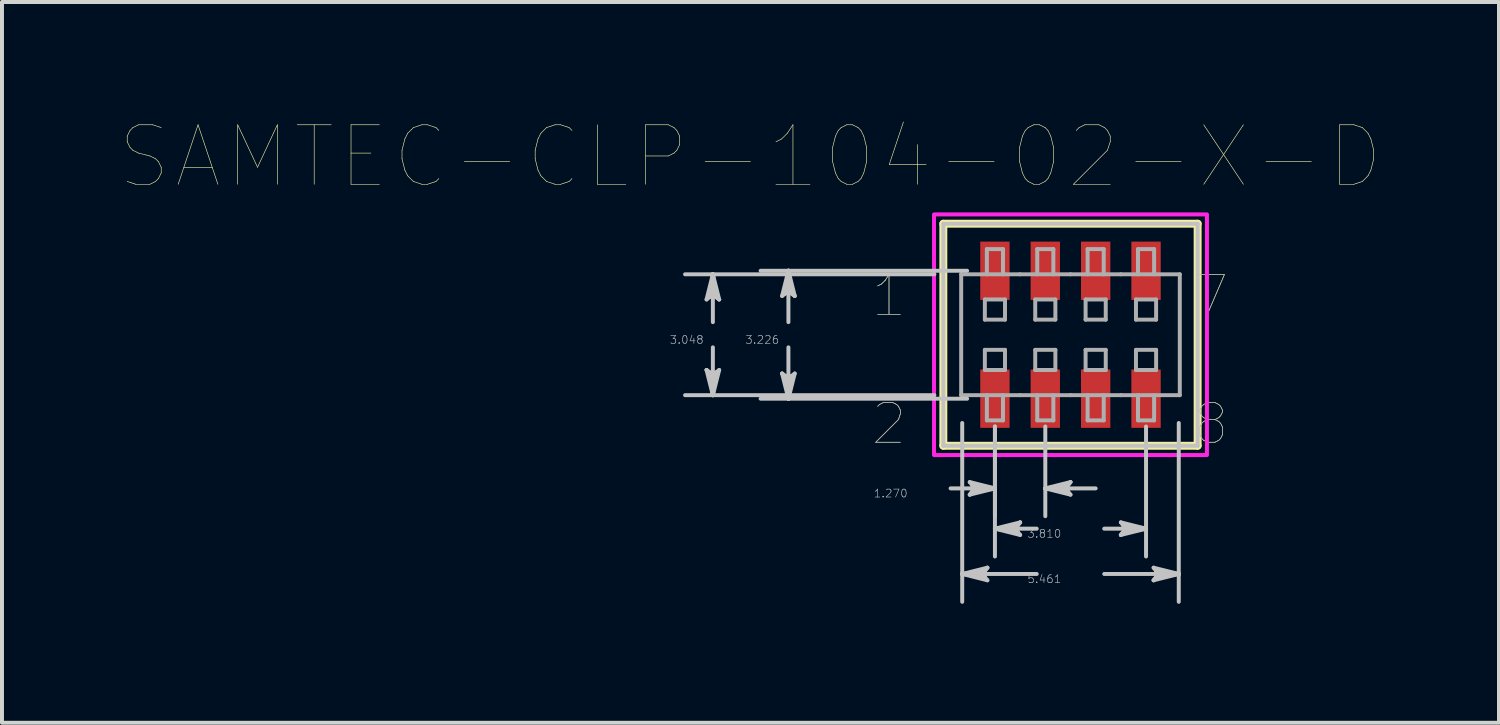
<source format=kicad_pcb>
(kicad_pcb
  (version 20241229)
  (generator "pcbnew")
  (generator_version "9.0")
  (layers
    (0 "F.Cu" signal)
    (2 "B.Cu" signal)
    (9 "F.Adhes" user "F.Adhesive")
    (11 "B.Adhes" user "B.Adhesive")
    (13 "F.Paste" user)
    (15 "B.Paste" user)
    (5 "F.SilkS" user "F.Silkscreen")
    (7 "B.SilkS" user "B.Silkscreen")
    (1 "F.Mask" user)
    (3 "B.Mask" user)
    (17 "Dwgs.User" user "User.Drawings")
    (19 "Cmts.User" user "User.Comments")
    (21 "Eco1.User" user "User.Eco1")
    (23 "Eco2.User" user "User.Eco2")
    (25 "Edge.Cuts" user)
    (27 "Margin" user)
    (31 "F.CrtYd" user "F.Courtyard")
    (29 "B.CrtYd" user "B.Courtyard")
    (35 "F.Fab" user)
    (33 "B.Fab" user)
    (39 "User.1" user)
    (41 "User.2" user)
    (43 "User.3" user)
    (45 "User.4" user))
  (footprint "SAMTEC-CLP-104-02-X-D"
    (layer "F.Cu")
    (at 23.941 5.39)
    (property "Reference" "SAMTEC-CLP-104-02-X-D" (at -8.069 -4.487 0) (layer "F.SilkS") (effects (font (size 1.5 1.5) (thickness 0.015))))
    (attr through_hole)
    (fp_poly (pts (xy -2.326 -2.399) (xy -1.484 -2.399) (xy -1.484 -0.827) (xy -2.326 -0.827)) (stroke (width 0.01) (type solid)) (fill yes) (layer "F.Mask"))
    (fp_poly (pts (xy -2.326 0.827) (xy -1.484 0.827) (xy -1.484 2.399) (xy -2.326 2.399)) (stroke (width 0.01) (type solid)) (fill yes) (layer "F.Mask"))
    (fp_poly (pts (xy -1.056 -2.399) (xy -0.214 -2.399) (xy -0.214 -0.827) (xy -1.056 -0.827)) (stroke (width 0.01) (type solid)) (fill yes) (layer "F.Mask"))
    (fp_poly (pts (xy -1.056 0.827) (xy -0.214 0.827) (xy -0.214 2.399) (xy -1.056 2.399)) (stroke (width 0.01) (type solid)) (fill yes) (layer "F.Mask"))
    (fp_poly (pts (xy 0.214 -2.399) (xy 1.056 -2.399) (xy 1.056 -0.827) (xy 0.214 -0.827)) (stroke (width 0.01) (type solid)) (fill yes) (layer "F.Mask"))
    (fp_poly (pts (xy 0.214 0.827) (xy 1.056 0.827) (xy 1.056 2.399) (xy 0.214 2.399)) (stroke (width 0.01) (type solid)) (fill yes) (layer "F.Mask"))
    (fp_poly (pts (xy 1.484 -2.399) (xy 2.326 -2.399) (xy 2.326 -0.827) (xy 1.484 -0.827)) (stroke (width 0.01) (type solid)) (fill yes) (layer "F.Mask"))
    (fp_poly (pts (xy 1.484 0.827) (xy 2.326 0.827) (xy 2.326 2.399) (xy 1.484 2.399)) (stroke (width 0.01) (type solid)) (fill yes) (layer "F.Mask"))
    (fp_line (start -3.206 -2.799) (end -3.206 2.799) (stroke (width 0.2) (type solid)) (layer "F.SilkS"))
    (fp_line (start -3.206 2.799) (end 3.206 2.799) (stroke (width 0.2) (type solid)) (layer "F.SilkS"))
    (fp_line (start 3.206 -2.799) (end -3.206 -2.799) (stroke (width 0.2) (type solid)) (layer "F.SilkS"))
    (fp_line (start 3.206 2.799) (end 3.206 -2.799) (stroke (width 0.2) (type solid)) (layer "F.SilkS"))
    (fp_poly (pts (xy -2.275 -2.348) (xy -1.535 -2.348) (xy -1.535 -0.878) (xy -2.275 -0.878)) (stroke (width 0.01) (type solid)) (fill yes) (layer "F.Paste"))
    (fp_poly (pts (xy -2.275 0.878) (xy -1.535 0.878) (xy -1.535 2.348) (xy -2.275 2.348)) (stroke (width 0.01) (type solid)) (fill yes) (layer "F.Paste"))
    (fp_poly (pts (xy -1.005 -2.348) (xy -0.265 -2.348) (xy -0.265 -0.878) (xy -1.005 -0.878)) (stroke (width 0.01) (type solid)) (fill yes) (layer "F.Paste"))
    (fp_poly (pts (xy -1.005 0.878) (xy -0.265 0.878) (xy -0.265 2.348) (xy -1.005 2.348)) (stroke (width 0.01) (type solid)) (fill yes) (layer "F.Paste"))
    (fp_poly (pts (xy 0.265 -2.348) (xy 1.005 -2.348) (xy 1.005 -0.878) (xy 0.265 -0.878)) (stroke (width 0.01) (type solid)) (fill yes) (layer "F.Paste"))
    (fp_poly (pts (xy 0.265 0.878) (xy 1.005 0.878) (xy 1.005 2.348) (xy 0.265 2.348)) (stroke (width 0.01) (type solid)) (fill yes) (layer "F.Paste"))
    (fp_poly (pts (xy 1.535 -2.348) (xy 2.275 -2.348) (xy 2.275 -0.878) (xy 1.535 -0.878)) (stroke (width 0.01) (type solid)) (fill yes) (layer "F.Paste"))
    (fp_poly (pts (xy 1.535 0.878) (xy 2.275 0.878) (xy 2.275 2.348) (xy 1.535 2.348)) (stroke (width 0.01) (type solid)) (fill yes) (layer "F.Paste"))
    (fp_line (start -9.176 -0.889) (end -9.017 -1.016) (stroke (width 0.1) (type solid)) (layer "Dwgs.User"))
    (fp_line (start -9.176 0.889) (end -9.017 1.524) (stroke (width 0.1) (type solid)) (layer "Dwgs.User"))
    (fp_line (start -9.096 -0.952) (end -9.017 -1.016) (stroke (width 0.1) (type solid)) (layer "Dwgs.User"))
    (fp_line (start -9.096 0.952) (end -9.176 0.889) (stroke (width 0.1) (type solid)) (layer "Dwgs.User"))
    (fp_line (start -9.017 -1.524) (end -9.176 -0.889) (stroke (width 0.1) (type solid)) (layer "Dwgs.User"))
    (fp_line (start -9.017 -1.524) (end -9.096 -0.952) (stroke (width 0.1) (type solid)) (layer "Dwgs.User"))
    (fp_line (start -9.017 -1.524) (end -8.938 -0.952) (stroke (width 0.1) (type solid)) (layer "Dwgs.User"))
    (fp_line (start -9.017 -1.016) (end -9.017 -1.524) (stroke (width 0.1) (type solid)) (layer "Dwgs.User"))
    (fp_line (start -9.017 -1.016) (end -8.858 -0.889) (stroke (width 0.1) (type solid)) (layer "Dwgs.User"))
    (fp_line (start -9.017 -0.318) (end -9.017 -1.524) (stroke (width 0.1) (type solid)) (layer "Dwgs.User"))
    (fp_line (start -9.017 0.318) (end -9.017 1.524) (stroke (width 0.1) (type solid)) (layer "Dwgs.User"))
    (fp_line (start -9.017 1.016) (end -9.176 0.889) (stroke (width 0.1) (type solid)) (layer "Dwgs.User"))
    (fp_line (start -9.017 1.016) (end -9.017 1.524) (stroke (width 0.1) (type solid)) (layer "Dwgs.User"))
    (fp_line (start -9.017 1.524) (end -9.096 0.952) (stroke (width 0.1) (type solid)) (layer "Dwgs.User"))
    (fp_line (start -9.017 1.524) (end -8.938 0.952) (stroke (width 0.1) (type solid)) (layer "Dwgs.User"))
    (fp_line (start -9.017 1.524) (end -8.858 0.889) (stroke (width 0.1) (type solid)) (layer "Dwgs.User"))
    (fp_line (start -8.938 -0.952) (end -8.858 -0.889) (stroke (width 0.1) (type solid)) (layer "Dwgs.User"))
    (fp_line (start -8.938 0.952) (end -9.017 1.016) (stroke (width 0.1) (type solid)) (layer "Dwgs.User"))
    (fp_line (start -8.858 -0.889) (end -9.017 -1.524) (stroke (width 0.1) (type solid)) (layer "Dwgs.User"))
    (fp_line (start -8.858 0.889) (end -9.017 1.016) (stroke (width 0.1) (type solid)) (layer "Dwgs.User"))
    (fp_line (start -7.271 -0.978) (end -7.112 -1.105) (stroke (width 0.1) (type solid)) (layer "Dwgs.User"))
    (fp_line (start -7.271 0.978) (end -7.112 1.613) (stroke (width 0.1) (type solid)) (layer "Dwgs.User"))
    (fp_line (start -7.191 -1.041) (end -7.112 -1.105) (stroke (width 0.1) (type solid)) (layer "Dwgs.User"))
    (fp_line (start -7.191 1.041) (end -7.271 0.978) (stroke (width 0.1) (type solid)) (layer "Dwgs.User"))
    (fp_line (start -7.112 -1.613) (end -7.271 -0.978) (stroke (width 0.1) (type solid)) (layer "Dwgs.User"))
    (fp_line (start -7.112 -1.613) (end -7.191 -1.041) (stroke (width 0.1) (type solid)) (layer "Dwgs.User"))
    (fp_line (start -7.112 -1.613) (end -7.033 -1.041) (stroke (width 0.1) (type solid)) (layer "Dwgs.User"))
    (fp_line (start -7.112 -1.105) (end -7.112 -1.613) (stroke (width 0.1) (type solid)) (layer "Dwgs.User"))
    (fp_line (start -7.112 -1.105) (end -6.953 -0.978) (stroke (width 0.1) (type solid)) (layer "Dwgs.User"))
    (fp_line (start -7.112 -0.318) (end -7.112 -1.613) (stroke (width 0.1) (type solid)) (layer "Dwgs.User"))
    (fp_line (start -7.112 0.318) (end -7.112 1.613) (stroke (width 0.1) (type solid)) (layer "Dwgs.User"))
    (fp_line (start -7.112 1.105) (end -7.271 0.978) (stroke (width 0.1) (type solid)) (layer "Dwgs.User"))
    (fp_line (start -7.112 1.105) (end -7.112 1.613) (stroke (width 0.1) (type solid)) (layer "Dwgs.User"))
    (fp_line (start -7.112 1.613) (end -7.191 1.041) (stroke (width 0.1) (type solid)) (layer "Dwgs.User"))
    (fp_line (start -7.112 1.613) (end -7.033 1.041) (stroke (width 0.1) (type solid)) (layer "Dwgs.User"))
    (fp_line (start -7.112 1.613) (end -6.953 0.978) (stroke (width 0.1) (type solid)) (layer "Dwgs.User"))
    (fp_line (start -7.033 -1.041) (end -6.953 -0.978) (stroke (width 0.1) (type solid)) (layer "Dwgs.User"))
    (fp_line (start -7.033 1.041) (end -7.112 1.105) (stroke (width 0.1) (type solid)) (layer "Dwgs.User"))
    (fp_line (start -6.953 -0.978) (end -7.112 -1.613) (stroke (width 0.1) (type solid)) (layer "Dwgs.User"))
    (fp_line (start -6.953 0.978) (end -7.112 1.105) (stroke (width 0.1) (type solid)) (layer "Dwgs.User"))
    (fp_line (start -3.432 -1.524) (end -9.718 -1.524) (stroke (width 0.1) (type solid)) (layer "Dwgs.User"))
    (fp_line (start -3.432 1.524) (end -9.718 1.524) (stroke (width 0.1) (type solid)) (layer "Dwgs.User"))
    (fp_line (start -3.206 -2.799) (end -3.206 2.799) (stroke (width 0.1) (type solid)) (layer "Dwgs.User"))
    (fp_line (start -3.206 2.799) (end 3.206 2.799) (stroke (width 0.1) (type solid)) (layer "Dwgs.User"))
    (fp_line (start -3.023 3.874) (end -1.905 3.874) (stroke (width 0.1) (type solid)) (layer "Dwgs.User"))
    (fp_line (start -2.73 2.225) (end -2.73 6.734) (stroke (width 0.1) (type solid)) (layer "Dwgs.User"))
    (fp_line (start -2.73 6.032) (end -2.159 5.953) (stroke (width 0.1) (type solid)) (layer "Dwgs.User"))
    (fp_line (start -2.73 6.032) (end -2.159 6.112) (stroke (width 0.1) (type solid)) (layer "Dwgs.User"))
    (fp_line (start -2.73 6.032) (end -2.096 6.191) (stroke (width 0.1) (type solid)) (layer "Dwgs.User"))
    (fp_line (start -2.606 -1.613) (end -7.813 -1.613) (stroke (width 0.1) (type solid)) (layer "Dwgs.User"))
    (fp_line (start -2.606 1.613) (end -7.813 1.613) (stroke (width 0.1) (type solid)) (layer "Dwgs.User"))
    (fp_line (start -2.54 3.715) (end -2.413 3.874) (stroke (width 0.1) (type solid)) (layer "Dwgs.User"))
    (fp_line (start -2.54 4.032) (end -1.905 3.874) (stroke (width 0.1) (type solid)) (layer "Dwgs.User"))
    (fp_line (start -2.476 3.794) (end -2.413 3.874) (stroke (width 0.1) (type solid)) (layer "Dwgs.User"))
    (fp_line (start -2.476 3.953) (end -2.54 4.032) (stroke (width 0.1) (type solid)) (layer "Dwgs.User"))
    (fp_line (start -2.413 3.874) (end -2.54 4.032) (stroke (width 0.1) (type solid)) (layer "Dwgs.User"))
    (fp_line (start -2.413 3.874) (end -1.905 3.874) (stroke (width 0.1) (type solid)) (layer "Dwgs.User"))
    (fp_line (start -2.222 6.032) (end -2.73 6.032) (stroke (width 0.1) (type solid)) (layer "Dwgs.User"))
    (fp_line (start -2.222 6.032) (end -2.096 5.874) (stroke (width 0.1) (type solid)) (layer "Dwgs.User"))
    (fp_line (start -2.159 5.953) (end -2.096 5.874) (stroke (width 0.1) (type solid)) (layer "Dwgs.User"))
    (fp_line (start -2.159 6.112) (end -2.222 6.032) (stroke (width 0.1) (type solid)) (layer "Dwgs.User"))
    (fp_line (start -2.096 5.874) (end -2.73 6.032) (stroke (width 0.1) (type solid)) (layer "Dwgs.User"))
    (fp_line (start -2.096 6.191) (end -2.222 6.032) (stroke (width 0.1) (type solid)) (layer "Dwgs.User"))
    (fp_line (start -1.905 2.314) (end -1.905 4.575) (stroke (width 0.1) (type solid)) (layer "Dwgs.User"))
    (fp_line (start -1.905 2.314) (end -1.905 5.591) (stroke (width 0.1) (type solid)) (layer "Dwgs.User"))
    (fp_line (start -1.905 3.874) (end -2.54 3.715) (stroke (width 0.1) (type solid)) (layer "Dwgs.User"))
    (fp_line (start -1.905 3.874) (end -2.476 3.794) (stroke (width 0.1) (type solid)) (layer "Dwgs.User"))
    (fp_line (start -1.905 3.874) (end -2.476 3.953) (stroke (width 0.1) (type solid)) (layer "Dwgs.User"))
    (fp_line (start -1.905 4.89) (end -1.334 4.81) (stroke (width 0.1) (type solid)) (layer "Dwgs.User"))
    (fp_line (start -1.905 4.89) (end -1.334 4.969) (stroke (width 0.1) (type solid)) (layer "Dwgs.User"))
    (fp_line (start -1.905 4.89) (end -1.27 5.048) (stroke (width 0.1) (type solid)) (layer "Dwgs.User"))
    (fp_line (start -1.397 4.89) (end -1.905 4.89) (stroke (width 0.1) (type solid)) (layer "Dwgs.User"))
    (fp_line (start -1.397 4.89) (end -1.27 4.731) (stroke (width 0.1) (type solid)) (layer "Dwgs.User"))
    (fp_line (start -1.334 4.81) (end -1.27 4.731) (stroke (width 0.1) (type solid)) (layer "Dwgs.User"))
    (fp_line (start -1.334 4.969) (end -1.397 4.89) (stroke (width 0.1) (type solid)) (layer "Dwgs.User"))
    (fp_line (start -1.27 4.731) (end -1.905 4.89) (stroke (width 0.1) (type solid)) (layer "Dwgs.User"))
    (fp_line (start -1.27 5.048) (end -1.397 4.89) (stroke (width 0.1) (type solid)) (layer "Dwgs.User"))
    (fp_line (start -0.851 4.89) (end -1.905 4.89) (stroke (width 0.1) (type solid)) (layer "Dwgs.User"))
    (fp_line (start -0.851 6.032) (end -2.73 6.032) (stroke (width 0.1) (type solid)) (layer "Dwgs.User"))
    (fp_line (start -0.635 2.314) (end -0.635 4.575) (stroke (width 0.1) (type solid)) (layer "Dwgs.User"))
    (fp_line (start -0.635 3.874) (end -0.064 3.794) (stroke (width 0.1) (type solid)) (layer "Dwgs.User"))
    (fp_line (start -0.635 3.874) (end -0.064 3.953) (stroke (width 0.1) (type solid)) (layer "Dwgs.User"))
    (fp_line (start -0.635 3.874) (end 0 4.032) (stroke (width 0.1) (type solid)) (layer "Dwgs.User"))
    (fp_line (start -0.127 3.874) (end -0.635 3.874) (stroke (width 0.1) (type solid)) (layer "Dwgs.User"))
    (fp_line (start -0.127 3.874) (end 0 3.715) (stroke (width 0.1) (type solid)) (layer "Dwgs.User"))
    (fp_line (start -0.064 3.794) (end 0 3.715) (stroke (width 0.1) (type solid)) (layer "Dwgs.User"))
    (fp_line (start -0.064 3.953) (end -0.127 3.874) (stroke (width 0.1) (type solid)) (layer "Dwgs.User"))
    (fp_line (start 0 3.715) (end -0.635 3.874) (stroke (width 0.1) (type solid)) (layer "Dwgs.User"))
    (fp_line (start 0 4.032) (end -0.127 3.874) (stroke (width 0.1) (type solid)) (layer "Dwgs.User"))
    (fp_line (start 0.635 3.874) (end -0.635 3.874) (stroke (width 0.1) (type solid)) (layer "Dwgs.User"))
    (fp_line (start 0.851 4.89) (end 1.905 4.89) (stroke (width 0.1) (type solid)) (layer "Dwgs.User"))
    (fp_line (start 0.851 6.032) (end 2.73 6.032) (stroke (width 0.1) (type solid)) (layer "Dwgs.User"))
    (fp_line (start 1.27 4.731) (end 1.397 4.89) (stroke (width 0.1) (type solid)) (layer "Dwgs.User"))
    (fp_line (start 1.27 5.048) (end 1.905 4.89) (stroke (width 0.1) (type solid)) (layer "Dwgs.User"))
    (fp_line (start 1.334 4.81) (end 1.397 4.89) (stroke (width 0.1) (type solid)) (layer "Dwgs.User"))
    (fp_line (start 1.334 4.969) (end 1.27 5.048) (stroke (width 0.1) (type solid)) (layer "Dwgs.User"))
    (fp_line (start 1.397 4.89) (end 1.27 5.048) (stroke (width 0.1) (type solid)) (layer "Dwgs.User"))
    (fp_line (start 1.397 4.89) (end 1.905 4.89) (stroke (width 0.1) (type solid)) (layer "Dwgs.User"))
    (fp_line (start 1.905 2.314) (end 1.905 5.591) (stroke (width 0.1) (type solid)) (layer "Dwgs.User"))
    (fp_line (start 1.905 4.89) (end 1.27 4.731) (stroke (width 0.1) (type solid)) (layer "Dwgs.User"))
    (fp_line (start 1.905 4.89) (end 1.334 4.81) (stroke (width 0.1) (type solid)) (layer "Dwgs.User"))
    (fp_line (start 1.905 4.89) (end 1.334 4.969) (stroke (width 0.1) (type solid)) (layer "Dwgs.User"))
    (fp_line (start 2.096 5.874) (end 2.222 6.032) (stroke (width 0.1) (type solid)) (layer "Dwgs.User"))
    (fp_line (start 2.096 6.191) (end 2.73 6.032) (stroke (width 0.1) (type solid)) (layer "Dwgs.User"))
    (fp_line (start 2.159 5.953) (end 2.222 6.032) (stroke (width 0.1) (type solid)) (layer "Dwgs.User"))
    (fp_line (start 2.159 6.112) (end 2.096 6.191) (stroke (width 0.1) (type solid)) (layer "Dwgs.User"))
    (fp_line (start 2.222 6.032) (end 2.096 6.191) (stroke (width 0.1) (type solid)) (layer "Dwgs.User"))
    (fp_line (start 2.222 6.032) (end 2.73 6.032) (stroke (width 0.1) (type solid)) (layer "Dwgs.User"))
    (fp_line (start 2.73 2.225) (end 2.73 6.734) (stroke (width 0.1) (type solid)) (layer "Dwgs.User"))
    (fp_line (start 2.73 6.032) (end 2.096 5.874) (stroke (width 0.1) (type solid)) (layer "Dwgs.User"))
    (fp_line (start 2.73 6.032) (end 2.159 5.953) (stroke (width 0.1) (type solid)) (layer "Dwgs.User"))
    (fp_line (start 2.73 6.032) (end 2.159 6.112) (stroke (width 0.1) (type solid)) (layer "Dwgs.User"))
    (fp_line (start 3.206 -2.799) (end -3.206 -2.799) (stroke (width 0.1) (type solid)) (layer "Dwgs.User"))
    (fp_line (start 3.206 2.799) (end 3.206 -2.799) (stroke (width 0.1) (type solid)) (layer "Dwgs.User"))
    (fp_poly (pts (xy -3.441 3.034) (xy -3.441 -3.034) (xy 3.441 -3.034) (xy 3.441 3.034) (xy -3.441 3.034)) (stroke (width 0.1) (type solid)) (fill no) (layer "F.CrtYd"))
    (fp_line (start -2.756 -1.524) (end -2.756 1.524) (stroke (width 0.1) (type solid)) (layer "F.Fab"))
    (fp_line (start -2.756 1.524) (end -1.27 1.524) (stroke (width 0.1) (type solid)) (layer "F.Fab"))
    (fp_line (start -2.159 -0.889) (end -2.159 -0.381) (stroke (width 0.1) (type solid)) (layer "F.Fab"))
    (fp_line (start -2.159 -0.381) (end -1.651 -0.381) (stroke (width 0.1) (type solid)) (layer "F.Fab"))
    (fp_line (start -2.159 0.381) (end -2.159 0.889) (stroke (width 0.1) (type solid)) (layer "F.Fab"))
    (fp_line (start -2.159 0.889) (end -1.651 0.889) (stroke (width 0.1) (type solid)) (layer "F.Fab"))
    (fp_line (start -2.108 -2.159) (end -1.702 -2.159) (stroke (width 0.1) (type solid)) (layer "F.Fab"))
    (fp_line (start -2.108 -1.524) (end -2.108 -2.159) (stroke (width 0.1) (type solid)) (layer "F.Fab"))
    (fp_line (start -2.108 1.524) (end -2.108 2.159) (stroke (width 0.1) (type solid)) (layer "F.Fab"))
    (fp_line (start -1.702 -2.159) (end -1.702 -1.524) (stroke (width 0.1) (type solid)) (layer "F.Fab"))
    (fp_line (start -1.702 1.524) (end -1.702 2.159) (stroke (width 0.1) (type solid)) (layer "F.Fab"))
    (fp_line (start -1.702 2.159) (end -2.108 2.159) (stroke (width 0.1) (type solid)) (layer "F.Fab"))
    (fp_line (start -1.651 -0.889) (end -2.159 -0.889) (stroke (width 0.1) (type solid)) (layer "F.Fab"))
    (fp_line (start -1.651 -0.381) (end -1.651 -0.889) (stroke (width 0.1) (type solid)) (layer "F.Fab"))
    (fp_line (start -1.651 0.381) (end -2.159 0.381) (stroke (width 0.1) (type solid)) (layer "F.Fab"))
    (fp_line (start -1.651 0.889) (end -1.651 0.381) (stroke (width 0.1) (type solid)) (layer "F.Fab"))
    (fp_line (start -1.27 -1.524) (end -2.756 -1.524) (stroke (width 0.1) (type solid)) (layer "F.Fab"))
    (fp_line (start -1.27 1.524) (end 0 1.524) (stroke (width 0.1) (type solid)) (layer "F.Fab"))
    (fp_line (start -0.889 -0.889) (end -0.889 -0.381) (stroke (width 0.1) (type solid)) (layer "F.Fab"))
    (fp_line (start -0.889 -0.381) (end -0.381 -0.381) (stroke (width 0.1) (type solid)) (layer "F.Fab"))
    (fp_line (start -0.889 0.381) (end -0.889 0.889) (stroke (width 0.1) (type solid)) (layer "F.Fab"))
    (fp_line (start -0.889 0.889) (end -0.381 0.889) (stroke (width 0.1) (type solid)) (layer "F.Fab"))
    (fp_line (start -0.838 -2.159) (end -0.432 -2.159) (stroke (width 0.1) (type solid)) (layer "F.Fab"))
    (fp_line (start -0.838 -1.524) (end -0.838 -2.159) (stroke (width 0.1) (type solid)) (layer "F.Fab"))
    (fp_line (start -0.838 2.159) (end -0.838 1.524) (stroke (width 0.1) (type solid)) (layer "F.Fab"))
    (fp_line (start -0.432 -2.159) (end -0.432 -1.524) (stroke (width 0.1) (type solid)) (layer "F.Fab"))
    (fp_line (start -0.432 1.524) (end -0.432 2.159) (stroke (width 0.1) (type solid)) (layer "F.Fab"))
    (fp_line (start -0.432 2.159) (end -0.838 2.159) (stroke (width 0.1) (type solid)) (layer "F.Fab"))
    (fp_line (start -0.381 -0.889) (end -0.889 -0.889) (stroke (width 0.1) (type solid)) (layer "F.Fab"))
    (fp_line (start -0.381 -0.381) (end -0.381 -0.889) (stroke (width 0.1) (type solid)) (layer "F.Fab"))
    (fp_line (start -0.381 0.381) (end -0.889 0.381) (stroke (width 0.1) (type solid)) (layer "F.Fab"))
    (fp_line (start -0.381 0.889) (end -0.381 0.381) (stroke (width 0.1) (type solid)) (layer "F.Fab"))
    (fp_line (start 0 -1.524) (end -1.27 -1.524) (stroke (width 0.1) (type solid)) (layer "F.Fab"))
    (fp_line (start 0 1.524) (end 1.27 1.524) (stroke (width 0.1) (type solid)) (layer "F.Fab"))
    (fp_line (start 0.381 -0.889) (end 0.381 -0.381) (stroke (width 0.1) (type solid)) (layer "F.Fab"))
    (fp_line (start 0.381 -0.381) (end 0.889 -0.381) (stroke (width 0.1) (type solid)) (layer "F.Fab"))
    (fp_line (start 0.381 0.381) (end 0.381 0.889) (stroke (width 0.1) (type solid)) (layer "F.Fab"))
    (fp_line (start 0.381 0.889) (end 0.889 0.889) (stroke (width 0.1) (type solid)) (layer "F.Fab"))
    (fp_line (start 0.432 -2.159) (end 0.838 -2.159) (stroke (width 0.1) (type solid)) (layer "F.Fab"))
    (fp_line (start 0.432 -1.524) (end 0.432 -2.159) (stroke (width 0.1) (type solid)) (layer "F.Fab"))
    (fp_line (start 0.432 2.159) (end 0.432 1.524) (stroke (width 0.1) (type solid)) (layer "F.Fab"))
    (fp_line (start 0.838 -2.159) (end 0.838 -1.524) (stroke (width 0.1) (type solid)) (layer "F.Fab"))
    (fp_line (start 0.838 1.524) (end 0.838 2.159) (stroke (width 0.1) (type solid)) (layer "F.Fab"))
    (fp_line (start 0.838 2.159) (end 0.432 2.159) (stroke (width 0.1) (type solid)) (layer "F.Fab"))
    (fp_line (start 0.889 -0.889) (end 0.381 -0.889) (stroke (width 0.1) (type solid)) (layer "F.Fab"))
    (fp_line (start 0.889 -0.381) (end 0.889 -0.889) (stroke (width 0.1) (type solid)) (layer "F.Fab"))
    (fp_line (start 0.889 0.381) (end 0.381 0.381) (stroke (width 0.1) (type solid)) (layer "F.Fab"))
    (fp_line (start 0.889 0.889) (end 0.889 0.381) (stroke (width 0.1) (type solid)) (layer "F.Fab"))
    (fp_line (start 1.27 -1.524) (end 0 -1.524) (stroke (width 0.1) (type solid)) (layer "F.Fab"))
    (fp_line (start 1.27 1.524) (end 2.756 1.524) (stroke (width 0.1) (type solid)) (layer "F.Fab"))
    (fp_line (start 1.651 -0.889) (end 1.651 -0.381) (stroke (width 0.1) (type solid)) (layer "F.Fab"))
    (fp_line (start 1.651 -0.381) (end 2.159 -0.381) (stroke (width 0.1) (type solid)) (layer "F.Fab"))
    (fp_line (start 1.651 0.381) (end 1.651 0.889) (stroke (width 0.1) (type solid)) (layer "F.Fab"))
    (fp_line (start 1.651 0.889) (end 2.159 0.889) (stroke (width 0.1) (type solid)) (layer "F.Fab"))
    (fp_line (start 1.702 -2.159) (end 2.108 -2.159) (stroke (width 0.1) (type solid)) (layer "F.Fab"))
    (fp_line (start 1.702 -1.524) (end 1.702 -2.159) (stroke (width 0.1) (type solid)) (layer "F.Fab"))
    (fp_line (start 1.702 2.159) (end 1.702 1.524) (stroke (width 0.1) (type solid)) (layer "F.Fab"))
    (fp_line (start 2.108 -1.524) (end 2.108 -2.159) (stroke (width 0.1) (type solid)) (layer "F.Fab"))
    (fp_line (start 2.108 1.524) (end 2.108 2.159) (stroke (width 0.1) (type solid)) (layer "F.Fab"))
    (fp_line (start 2.108 2.159) (end 1.702 2.159) (stroke (width 0.1) (type solid)) (layer "F.Fab"))
    (fp_line (start 2.159 -0.889) (end 1.651 -0.889) (stroke (width 0.1) (type solid)) (layer "F.Fab"))
    (fp_line (start 2.159 -0.381) (end 2.159 -0.889) (stroke (width 0.1) (type solid)) (layer "F.Fab"))
    (fp_line (start 2.159 0.381) (end 1.651 0.381) (stroke (width 0.1) (type solid)) (layer "F.Fab"))
    (fp_line (start 2.159 0.889) (end 2.159 0.381) (stroke (width 0.1) (type solid)) (layer "F.Fab"))
    (fp_line (start 2.756 -1.524) (end 1.27 -1.524) (stroke (width 0.1) (type solid)) (layer "F.Fab"))
    (fp_line (start 2.756 1.524) (end 2.756 -1.524) (stroke (width 0.1) (type solid)) (layer "F.Fab"))
    (fp_text user "8" (at 3.547 2.248 0) (layer "F.SilkS") (effects (font (size 1 1) (thickness 0.015))))
    (fp_text user "2" (at -4.576 2.248 0) (layer "F.SilkS") (effects (font (size 1 1) (thickness 0.015))))
    (fp_text user "1" (at -4.576 -0.978 0) (layer "F.SilkS") (effects (font (size 1 1) (thickness 0.015))))
    (fp_text user "7" (at 3.547 -0.978 0) (layer "F.SilkS") (effects (font (size 1 1) (thickness 0.015))))
    (fp_text user "5.461" (at -0.66 6.16 0) (layer "Dwgs.User") (effects (font (size 0.2 0.2) (thickness 0.015))))
    (fp_text user "1.270" (at -4.534 4 0) (layer "Dwgs.User") (effects (font (size 0.2 0.2) (thickness 0.015))))
    (fp_text user "3.226" (at -7.772 0.127 0) (layer "Dwgs.User") (effects (font (size 0.2 0.2) (thickness 0.015))))
    (fp_text user "3.048" (at -9.677 0.127 0) (layer "Dwgs.User") (effects (font (size 0.2 0.2) (thickness 0.015))))
    (fp_text user "3.810" (at -0.66 5.016 0) (layer "Dwgs.User") (effects (font (size 0.2 0.2) (thickness 0.015))))
    (fp_text user "2" (at -4.576 2.248 0) (layer "F.Fab") (effects (font (size 1 1) (thickness 0.015))))
    (fp_text user "1" (at -4.576 -0.978 0) (layer "F.Fab") (effects (font (size 1 1) (thickness 0.015))))
    (fp_text user "7" (at 3.547 -0.978 0) (layer "F.Fab") (effects (font (size 1 1) (thickness 0.015))))
    (fp_text user "8" (at 3.547 2.248 0) (layer "F.Fab") (effects (font (size 1 1) (thickness 0.015))))
    (pad "1" smd rect (at -1.905 -1.613) (size 0.74 1.47) (layers "F.Cu" "F.Paste"))
    (pad "2" smd rect (at -1.905 1.613) (size 0.74 1.47) (layers "F.Cu" "F.Paste"))
    (pad "3" smd rect (at -0.635 -1.613) (size 0.74 1.47) (layers "F.Cu" "F.Paste"))
    (pad "4" smd rect (at -0.635 1.613) (size 0.74 1.47) (layers "F.Cu" "F.Paste"))
    (pad "5" smd rect (at 0.635 -1.613) (size 0.74 1.47) (layers "F.Cu" "F.Paste"))
    (pad "6" smd rect (at 0.635 1.613) (size 0.74 1.47) (layers "F.Cu" "F.Paste"))
    (pad "7" smd rect (at 1.905 -1.613) (size 0.74 1.47) (layers "F.Cu" "F.Paste"))
    (pad "8" smd rect (at 1.905 1.613) (size 0.74 1.47) (layers "F.Cu" "F.Paste")))
  (gr_rect
    (start -3 -3)
    (end 34.745 15.174)
    (stroke (width 0.1) (type default))
    (fill no)
    (layer "Edge.Cuts")))
</source>
